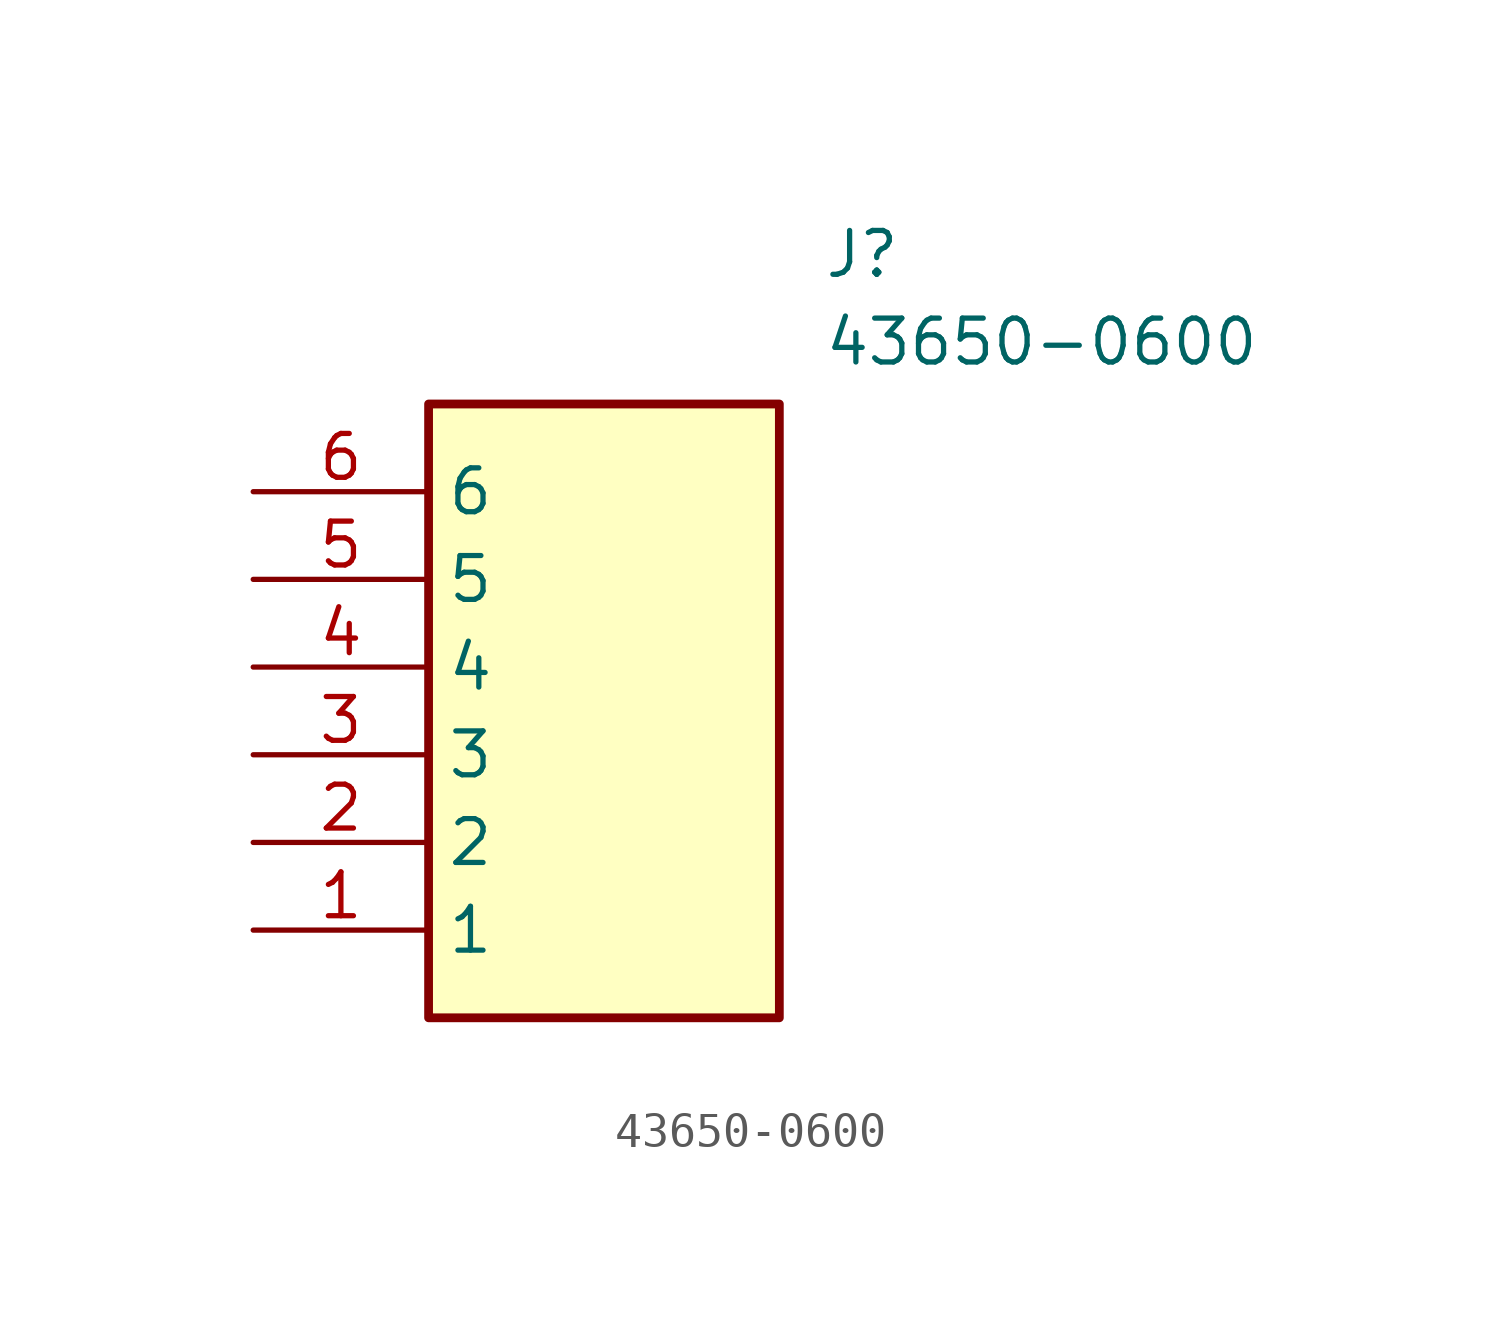
<source format=kicad_sym>
(kicad_symbol_lib
  (version 20211014)
  (generator SamacSys_ECAD_Model)
  (symbol "43650-0600"
    (property "Reference" "J"
      (at 16.51 7.62 0)
      (effects (font (size 1.27 1.27)) (justify left top)))
    (property "Value" "43650-0600"
      (at 16.51 5.08 0)
      (effects (font (size 1.27 1.27)) (justify left top)))
    (rectangle
      (start 5.08 2.54)
      (end 15.24 -15.24)
      (stroke (width 0.254) (type default))
      (fill (type background)))
    (pin passive line
      (at 0 -12.7 0)
      (length 5.08)
      (name "1" (effects (font (size 1.27 1.27))))
      (number "1" (effects (font (size 1.27 1.27)))))
    (pin passive line
      (at 0 -10.16 0)
      (length 5.08)
      (name "2" (effects (font (size 1.27 1.27))))
      (number "2" (effects (font (size 1.27 1.27)))))
    (pin passive line
      (at 0 -7.62 0)
      (length 5.08)
      (name "3" (effects (font (size 1.27 1.27))))
      (number "3" (effects (font (size 1.27 1.27)))))
    (pin passive line
      (at 0 -5.08 0)
      (length 5.08)
      (name "4" (effects (font (size 1.27 1.27))))
      (number "4" (effects (font (size 1.27 1.27)))))
    (pin passive line
      (at 0 -2.54 0)
      (length 5.08)
      (name "5" (effects (font (size 1.27 1.27))))
      (number "5" (effects (font (size 1.27 1.27)))))
    (pin passive line
      (at 0 0 0)
      (length 5.08)
      (name "6" (effects (font (size 1.27 1.27))))
      (number "6" (effects (font (size 1.27 1.27)))))))
</source>
